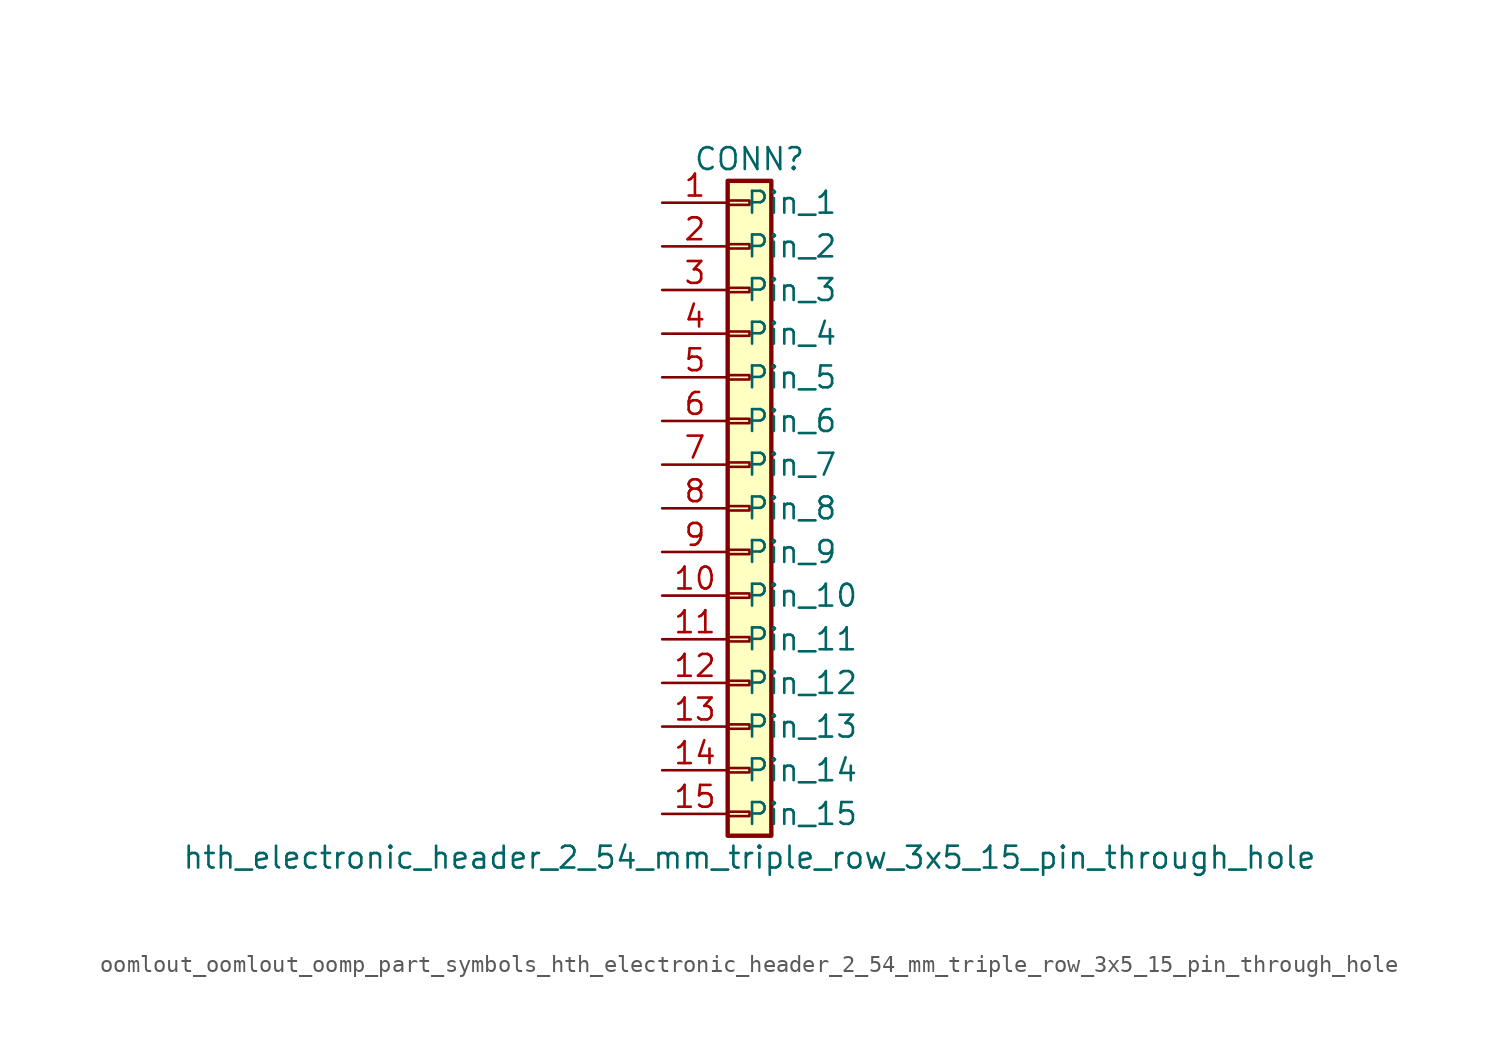
<source format=kicad_sym>
(kicad_symbol_lib
  (version 20220914)
  (generator kicad_symbol_editor)
  (symbol "oomlout_oomlout_oomp_part_symbols_hth_electronic_header_2_54_mm_triple_row_3x5_15_pin_through_hole"
    (pin_names
      (offset 1.016))
    (property "Reference" "CONN"
      (at 0 20.32 0)
      (effects (font (size 1.27 1.27))))
    (property "Value" "hth_electronic_header_2_54_mm_triple_row_3x5_15_pin_through_hole"
      (at 0 -20.32 0)
      (effects (font (size 1.27 1.27))))
    (symbol "oomlout_oomlout_oomp_part_symbols_hth_electronic_header_2_54_mm_triple_row_3x5_15_pin_through_hole_1_1"
      (rectangle (start -1.27 -17.653) (end 0 -17.907) (stroke (width 0.152) (type default)) (fill (type none)))
      (rectangle (start -1.27 -15.113) (end 0 -15.367) (stroke (width 0.152) (type default)) (fill (type none)))
      (rectangle (start -1.27 -12.573) (end 0 -12.827) (stroke (width 0.152) (type default)) (fill (type none)))
      (rectangle (start -1.27 -10.033) (end 0 -10.287) (stroke (width 0.152) (type default)) (fill (type none)))
      (rectangle (start -1.27 -7.493) (end 0 -7.747) (stroke (width 0.152) (type default)) (fill (type none)))
      (rectangle (start -1.27 -4.953) (end 0 -5.207) (stroke (width 0.152) (type default)) (fill (type none)))
      (rectangle (start -1.27 -2.413) (end 0 -2.667) (stroke (width 0.152) (type default)) (fill (type none)))
      (rectangle (start -1.27 0.127) (end 0 -0.127) (stroke (width 0.152) (type default)) (fill (type none)))
      (rectangle (start -1.27 2.667) (end 0 2.413) (stroke (width 0.152) (type default)) (fill (type none)))
      (rectangle (start -1.27 5.207) (end 0 4.953) (stroke (width 0.152) (type default)) (fill (type none)))
      (rectangle (start -1.27 7.747) (end 0 7.493) (stroke (width 0.152) (type default)) (fill (type none)))
      (rectangle (start -1.27 10.287) (end 0 10.033) (stroke (width 0.152) (type default)) (fill (type none)))
      (rectangle (start -1.27 12.827) (end 0 12.573) (stroke (width 0.152) (type default)) (fill (type none)))
      (rectangle (start -1.27 15.367) (end 0 15.113) (stroke (width 0.152) (type default)) (fill (type none)))
      (rectangle (start -1.27 17.907) (end 0 17.653) (stroke (width 0.152) (type default)) (fill (type none)))
      (rectangle (start -1.27 19.05) (end 1.27 -19.05) (stroke (width 0.254) (type default)) (fill (type background)))
      (pin passive line (at -5.08 17.78 0) (length 3.81) (name "Pin_1" (effects (font (size 1.27 1.27)))) (number "1" (effects (font (size 1.27 1.27)))))
      (pin passive line (at -5.08 -5.08 0) (length 3.81) (name "Pin_10" (effects (font (size 1.27 1.27)))) (number "10" (effects (font (size 1.27 1.27)))))
      (pin passive line (at -5.08 -7.62 0) (length 3.81) (name "Pin_11" (effects (font (size 1.27 1.27)))) (number "11" (effects (font (size 1.27 1.27)))))
      (pin passive line (at -5.08 -10.16 0) (length 3.81) (name "Pin_12" (effects (font (size 1.27 1.27)))) (number "12" (effects (font (size 1.27 1.27)))))
      (pin passive line (at -5.08 -12.7 0) (length 3.81) (name "Pin_13" (effects (font (size 1.27 1.27)))) (number "13" (effects (font (size 1.27 1.27)))))
      (pin passive line (at -5.08 -15.24 0) (length 3.81) (name "Pin_14" (effects (font (size 1.27 1.27)))) (number "14" (effects (font (size 1.27 1.27)))))
      (pin passive line (at -5.08 -17.78 0) (length 3.81) (name "Pin_15" (effects (font (size 1.27 1.27)))) (number "15" (effects (font (size 1.27 1.27)))))
      (pin passive line (at -5.08 15.24 0) (length 3.81) (name "Pin_2" (effects (font (size 1.27 1.27)))) (number "2" (effects (font (size 1.27 1.27)))))
      (pin passive line (at -5.08 12.7 0) (length 3.81) (name "Pin_3" (effects (font (size 1.27 1.27)))) (number "3" (effects (font (size 1.27 1.27)))))
      (pin passive line (at -5.08 10.16 0) (length 3.81) (name "Pin_4" (effects (font (size 1.27 1.27)))) (number "4" (effects (font (size 1.27 1.27)))))
      (pin passive line (at -5.08 7.62 0) (length 3.81) (name "Pin_5" (effects (font (size 1.27 1.27)))) (number "5" (effects (font (size 1.27 1.27)))))
      (pin passive line (at -5.08 5.08 0) (length 3.81) (name "Pin_6" (effects (font (size 1.27 1.27)))) (number "6" (effects (font (size 1.27 1.27)))))
      (pin passive line (at -5.08 2.54 0) (length 3.81) (name "Pin_7" (effects (font (size 1.27 1.27)))) (number "7" (effects (font (size 1.27 1.27)))))
      (pin passive line (at -5.08 0 0) (length 3.81) (name "Pin_8" (effects (font (size 1.27 1.27)))) (number "8" (effects (font (size 1.27 1.27)))))
      (pin passive line (at -5.08 -2.54 0) (length 3.81) (name "Pin_9" (effects (font (size 1.27 1.27)))) (number "9" (effects (font (size 1.27 1.27))))))))
</source>
